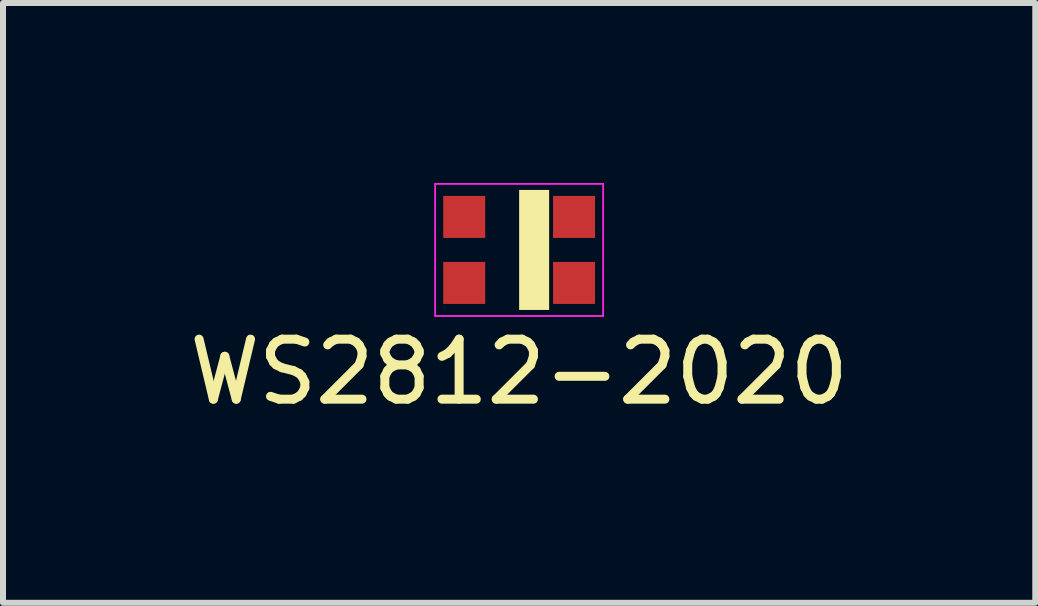
<source format=kicad_pcb>
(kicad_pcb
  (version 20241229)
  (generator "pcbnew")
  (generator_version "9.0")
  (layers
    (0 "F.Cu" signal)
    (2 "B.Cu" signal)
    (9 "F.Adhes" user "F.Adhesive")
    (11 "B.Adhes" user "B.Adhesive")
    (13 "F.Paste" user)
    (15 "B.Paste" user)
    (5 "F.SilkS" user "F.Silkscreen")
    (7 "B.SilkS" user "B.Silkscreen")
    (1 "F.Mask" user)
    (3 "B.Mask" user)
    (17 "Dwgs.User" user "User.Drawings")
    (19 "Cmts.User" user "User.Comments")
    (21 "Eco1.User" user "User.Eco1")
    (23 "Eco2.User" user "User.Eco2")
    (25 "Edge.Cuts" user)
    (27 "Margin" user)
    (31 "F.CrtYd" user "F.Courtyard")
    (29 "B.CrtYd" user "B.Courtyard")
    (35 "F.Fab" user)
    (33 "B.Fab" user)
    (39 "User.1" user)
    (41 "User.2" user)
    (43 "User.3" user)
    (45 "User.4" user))
  (footprint "WS2812-2020"
    (layer "F.Cu")
    (at 5.601 1.115)
    (property "Reference" "WS2812-2020" (at 0 2.032 0) (layer "F.SilkS") (effects (font (size 1 1) (thickness 0.15))))
    (attr through_hole)
    (fp_poly (pts (xy 0 -1) (xy 0.5 -1) (xy 0.5 1) (xy 0 1)) (stroke (width 0) (type solid)) (fill yes) (layer "F.SilkS"))
    (fp_line (start -1.4 -1.1) (end 1.4 -1.1) (stroke (width 0.03) (type solid)) (layer "F.CrtYd"))
    (fp_line (start -1.4 1.1) (end -1.4 -1.1) (stroke (width 0.03) (type solid)) (layer "F.CrtYd"))
    (fp_line (start 1.4 -1.1) (end 1.4 1.1) (stroke (width 0.03) (type solid)) (layer "F.CrtYd"))
    (fp_line (start 1.4 1.1) (end -1.4 1.1) (stroke (width 0.03) (type solid)) (layer "F.CrtYd"))
    (pad "1" smd rect (at -0.915 0.55) (size 0.7 0.7) (layers "F.Cu" "F.Mask" "F.Paste"))
    (pad "2" smd rect (at 0.915 0.55) (size 0.7 0.7) (layers "F.Cu" "F.Mask" "F.Paste"))
    (pad "3" smd rect (at 0.915 -0.55) (size 0.7 0.7) (layers "F.Cu" "F.Mask" "F.Paste"))
    (pad "4" smd rect (at -0.915 -0.55) (size 0.7 0.7) (layers "F.Cu" "F.Mask" "F.Paste")))
  (gr_rect
    (start -3 -3)
    (end 14.202 6.995)
    (stroke (width 0.1) (type default))
    (fill no)
    (layer "Edge.Cuts")))
</source>
